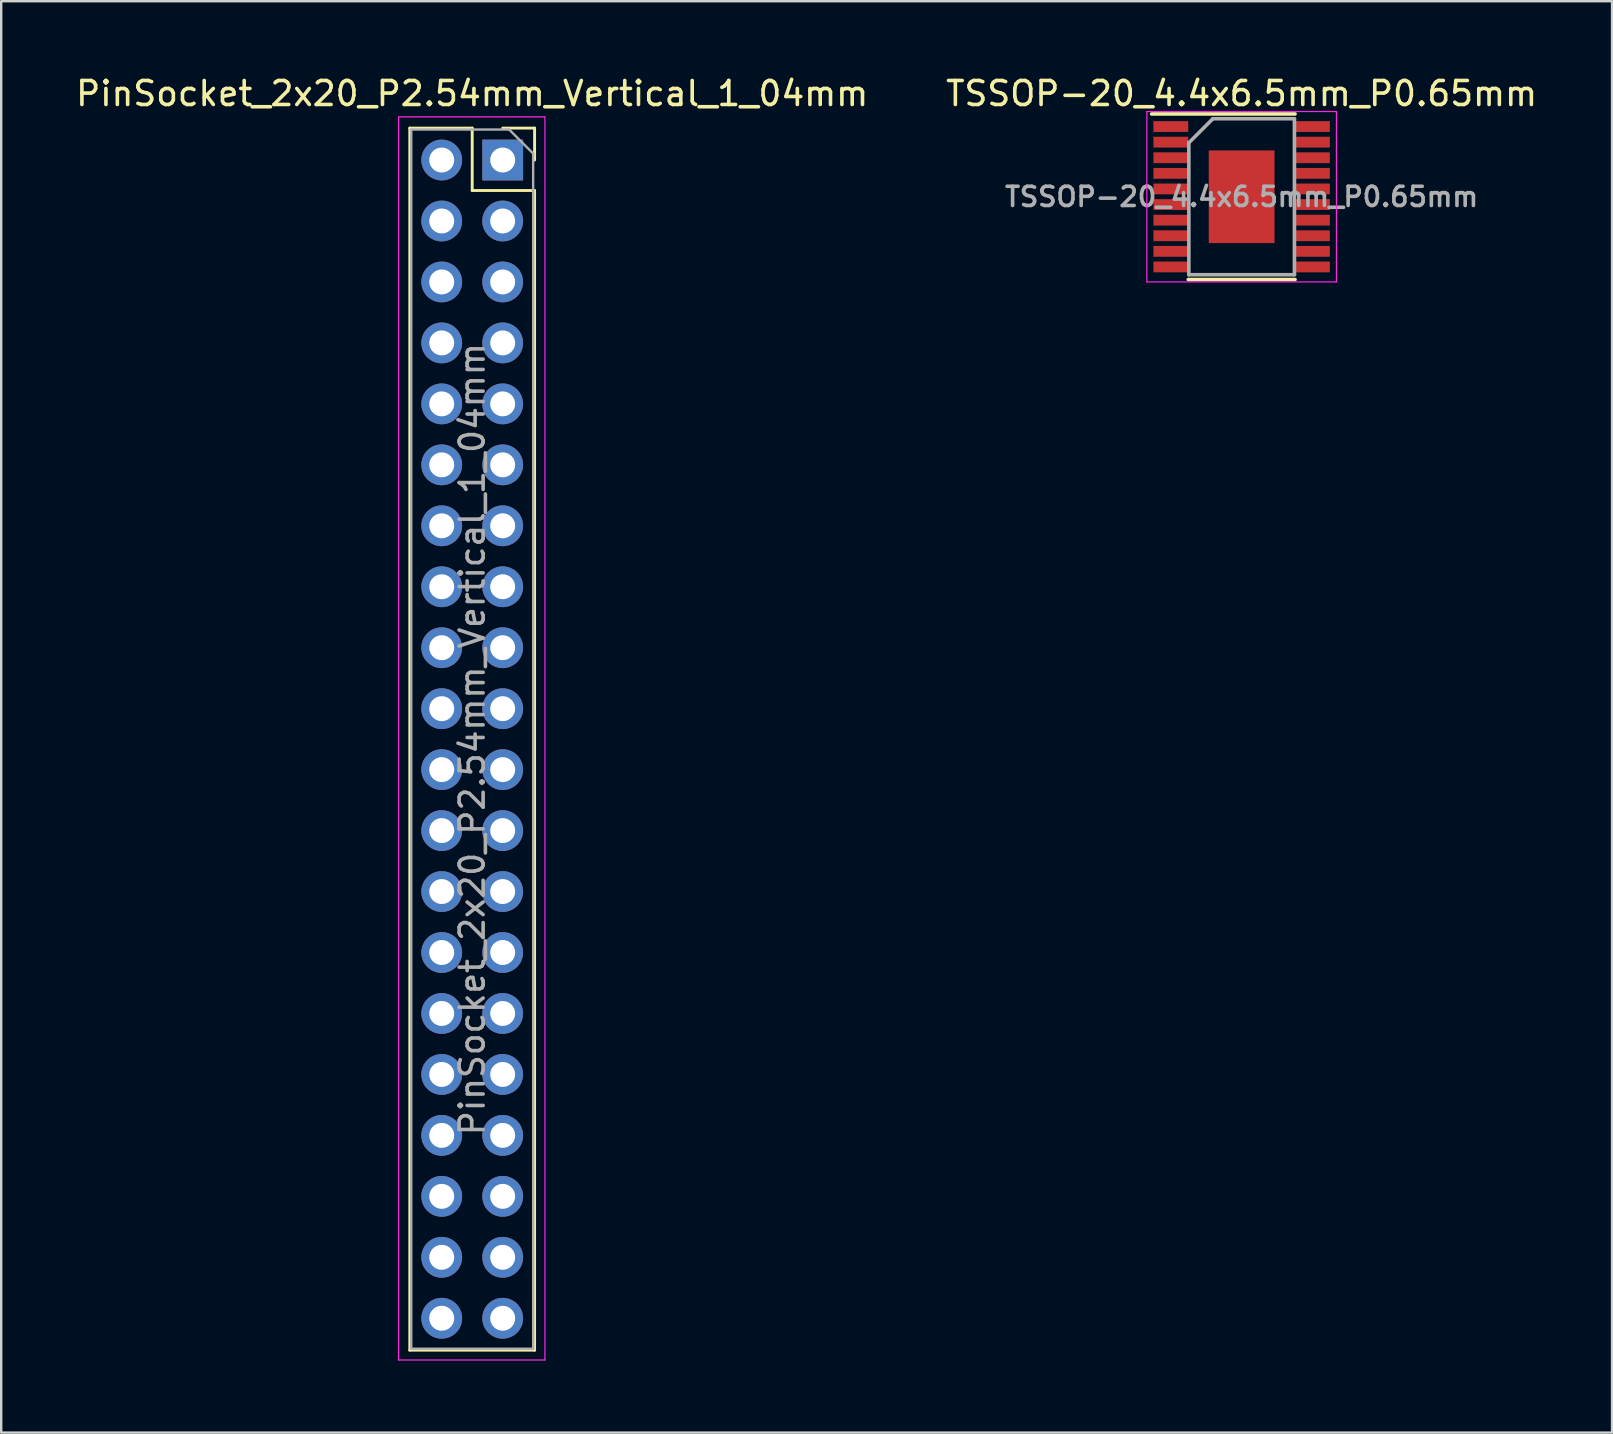
<source format=kicad_pcb>
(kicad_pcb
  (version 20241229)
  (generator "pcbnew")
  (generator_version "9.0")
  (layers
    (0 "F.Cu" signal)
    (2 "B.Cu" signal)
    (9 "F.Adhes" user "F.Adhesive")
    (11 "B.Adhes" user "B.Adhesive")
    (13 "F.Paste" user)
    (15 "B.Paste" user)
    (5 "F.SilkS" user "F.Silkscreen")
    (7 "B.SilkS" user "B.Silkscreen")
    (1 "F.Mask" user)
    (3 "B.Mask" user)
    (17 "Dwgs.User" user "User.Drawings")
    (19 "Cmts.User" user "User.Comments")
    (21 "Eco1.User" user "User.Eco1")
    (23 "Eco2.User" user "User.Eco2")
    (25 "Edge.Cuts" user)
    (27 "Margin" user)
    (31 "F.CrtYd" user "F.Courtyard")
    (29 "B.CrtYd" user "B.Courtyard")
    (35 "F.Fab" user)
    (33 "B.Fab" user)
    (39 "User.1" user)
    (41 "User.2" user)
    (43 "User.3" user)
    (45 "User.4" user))
  (footprint "PinSocket_2x20_P2.54mm_Vertical_1_04mm"
    (layer "F.Cu")
    (at 17.895 3.618)
    (property "Reference" "PinSocket_2x20_P2.54mm_Vertical_1_04mm" (at -1.27 -2.77 0) (layer "F.SilkS") (effects (font (size 1 1) (thickness 0.15))))
    (attr through_hole)
    (fp_line (start -3.87 -1.33) (end -3.87 49.59) (stroke (width 0.12) (type solid)) (layer "F.SilkS"))
    (fp_line (start -3.87 -1.33) (end -1.27 -1.33) (stroke (width 0.12) (type solid)) (layer "F.SilkS"))
    (fp_line (start -3.87 49.59) (end 1.33 49.59) (stroke (width 0.12) (type solid)) (layer "F.SilkS"))
    (fp_line (start -1.27 -1.33) (end -1.27 1.27) (stroke (width 0.12) (type solid)) (layer "F.SilkS"))
    (fp_line (start -1.27 1.27) (end 1.33 1.27) (stroke (width 0.12) (type solid)) (layer "F.SilkS"))
    (fp_line (start 0 -1.33) (end 1.33 -1.33) (stroke (width 0.12) (type solid)) (layer "F.SilkS"))
    (fp_line (start 1.33 -1.33) (end 1.33 0) (stroke (width 0.12) (type solid)) (layer "F.SilkS"))
    (fp_line (start 1.33 1.27) (end 1.33 49.59) (stroke (width 0.12) (type solid)) (layer "F.SilkS"))
    (fp_line (start -4.34 -1.8) (end 1.76 -1.8) (stroke (width 0.05) (type solid)) (layer "F.CrtYd"))
    (fp_line (start -4.34 50) (end -4.34 -1.8) (stroke (width 0.05) (type solid)) (layer "F.CrtYd"))
    (fp_line (start 1.76 -1.8) (end 1.76 50) (stroke (width 0.05) (type solid)) (layer "F.CrtYd"))
    (fp_line (start 1.76 50) (end -4.34 50) (stroke (width 0.05) (type solid)) (layer "F.CrtYd"))
    (fp_line (start -3.81 -1.27) (end 0.27 -1.27) (stroke (width 0.1) (type solid)) (layer "F.Fab"))
    (fp_line (start -3.81 49.53) (end -3.81 -1.27) (stroke (width 0.1) (type solid)) (layer "F.Fab"))
    (fp_line (start 0.27 -1.27) (end 1.27 -0.27) (stroke (width 0.1) (type solid)) (layer "F.Fab"))
    (fp_line (start 1.27 -0.27) (end 1.27 49.53) (stroke (width 0.1) (type solid)) (layer "F.Fab"))
    (fp_line (start 1.27 49.53) (end -3.81 49.53) (stroke (width 0.1) (type solid)) (layer "F.Fab"))
    (fp_text user "${REFERENCE}" (at -1.27 24.13 90) (layer "F.Fab") (effects (font (size 1 1) (thickness 0.15))))
    (pad "1" thru_hole rect (at 0 0) (size 1.7 1.7) (drill 1.04) (layers "*.Cu" "*.Mask"))
    (pad "2" thru_hole oval (at -2.54 0) (size 1.7 1.7) (drill 1.04) (layers "*.Cu" "*.Mask"))
    (pad "3" thru_hole oval (at 0 2.54) (size 1.7 1.7) (drill 1.04) (layers "*.Cu" "*.Mask"))
    (pad "4" thru_hole oval (at -2.54 2.54) (size 1.7 1.7) (drill 1.04) (layers "*.Cu" "*.Mask"))
    (pad "5" thru_hole oval (at 0 5.08) (size 1.7 1.7) (drill 1.04) (layers "*.Cu" "*.Mask"))
    (pad "6" thru_hole oval (at -2.54 5.08) (size 1.7 1.7) (drill 1.04) (layers "*.Cu" "*.Mask"))
    (pad "7" thru_hole oval (at 0 7.62) (size 1.7 1.7) (drill 1.04) (layers "*.Cu" "*.Mask"))
    (pad "8" thru_hole oval (at -2.54 7.62) (size 1.7 1.7) (drill 1.04) (layers "*.Cu" "*.Mask"))
    (pad "9" thru_hole oval (at 0 10.16) (size 1.7 1.7) (drill 1.04) (layers "*.Cu" "*.Mask"))
    (pad "10" thru_hole oval (at -2.54 10.16) (size 1.7 1.7) (drill 1.04) (layers "*.Cu" "*.Mask"))
    (pad "11" thru_hole oval (at 0 12.7) (size 1.7 1.7) (drill 1.04) (layers "*.Cu" "*.Mask"))
    (pad "12" thru_hole oval (at -2.54 12.7) (size 1.7 1.7) (drill 1.04) (layers "*.Cu" "*.Mask"))
    (pad "13" thru_hole oval (at 0 15.24) (size 1.7 1.7) (drill 1.04) (layers "*.Cu" "*.Mask"))
    (pad "14" thru_hole oval (at -2.54 15.24) (size 1.7 1.7) (drill 1.04) (layers "*.Cu" "*.Mask"))
    (pad "15" thru_hole oval (at 0 17.78) (size 1.7 1.7) (drill 1.04) (layers "*.Cu" "*.Mask"))
    (pad "16" thru_hole oval (at -2.54 17.78) (size 1.7 1.7) (drill 1.04) (layers "*.Cu" "*.Mask"))
    (pad "17" thru_hole oval (at 0 20.32) (size 1.7 1.7) (drill 1.04) (layers "*.Cu" "*.Mask"))
    (pad "18" thru_hole oval (at -2.54 20.32) (size 1.7 1.7) (drill 1.04) (layers "*.Cu" "*.Mask"))
    (pad "19" thru_hole oval (at 0 22.86) (size 1.7 1.7) (drill 1.04) (layers "*.Cu" "*.Mask"))
    (pad "20" thru_hole oval (at -2.54 22.86) (size 1.7 1.7) (drill 1.04) (layers "*.Cu" "*.Mask"))
    (pad "21" thru_hole oval (at 0 25.4) (size 1.7 1.7) (drill 1.04) (layers "*.Cu" "*.Mask"))
    (pad "22" thru_hole oval (at -2.54 25.4) (size 1.7 1.7) (drill 1.04) (layers "*.Cu" "*.Mask"))
    (pad "23" thru_hole oval (at 0 27.94) (size 1.7 1.7) (drill 1.04) (layers "*.Cu" "*.Mask"))
    (pad "24" thru_hole oval (at -2.54 27.94) (size 1.7 1.7) (drill 1.04) (layers "*.Cu" "*.Mask"))
    (pad "25" thru_hole oval (at 0 30.48) (size 1.7 1.7) (drill 1.04) (layers "*.Cu" "*.Mask"))
    (pad "26" thru_hole oval (at -2.54 30.48) (size 1.7 1.7) (drill 1.04) (layers "*.Cu" "*.Mask"))
    (pad "27" thru_hole oval (at 0 33.02) (size 1.7 1.7) (drill 1.04) (layers "*.Cu" "*.Mask"))
    (pad "28" thru_hole oval (at -2.54 33.02) (size 1.7 1.7) (drill 1.04) (layers "*.Cu" "*.Mask"))
    (pad "29" thru_hole oval (at 0 35.56) (size 1.7 1.7) (drill 1.04) (layers "*.Cu" "*.Mask"))
    (pad "30" thru_hole oval (at -2.54 35.56) (size 1.7 1.7) (drill 1.04) (layers "*.Cu" "*.Mask"))
    (pad "31" thru_hole oval (at 0 38.1) (size 1.7 1.7) (drill 1.04) (layers "*.Cu" "*.Mask"))
    (pad "32" thru_hole oval (at -2.54 38.1) (size 1.7 1.7) (drill 1.04) (layers "*.Cu" "*.Mask"))
    (pad "33" thru_hole oval (at 0 40.64) (size 1.7 1.7) (drill 1.04) (layers "*.Cu" "*.Mask"))
    (pad "34" thru_hole oval (at -2.54 40.64) (size 1.7 1.7) (drill 1.04) (layers "*.Cu" "*.Mask"))
    (pad "35" thru_hole oval (at 0 43.18) (size 1.7 1.7) (drill 1.04) (layers "*.Cu" "*.Mask"))
    (pad "36" thru_hole oval (at -2.54 43.18) (size 1.7 1.7) (drill 1.04) (layers "*.Cu" "*.Mask"))
    (pad "37" thru_hole oval (at 0 45.72) (size 1.7 1.7) (drill 1.04) (layers "*.Cu" "*.Mask"))
    (pad "38" thru_hole oval (at -2.54 45.72) (size 1.7 1.7) (drill 1.04) (layers "*.Cu" "*.Mask"))
    (pad "39" thru_hole oval (at 0 48.26) (size 1.7 1.7) (drill 1.04) (layers "*.Cu" "*.Mask"))
    (pad "40" thru_hole oval (at -2.54 48.26) (size 1.7 1.7) (drill 1.04) (layers "*.Cu" "*.Mask")))
  (footprint "TSSOP-20_4.4x6.5mm_P0.65mm"
    (layer "F.Cu")
    (at 48.685 5.148)
    (property "Reference" "TSSOP-20_4.4x6.5mm_P0.65mm" (at 0 -4.3 0) (layer "F.SilkS") (effects (font (size 1 1) (thickness 0.15))))
    (attr smd)
    (fp_line (start -3.75 -3.45) (end 2.225 -3.45) (stroke (width 0.15) (type solid)) (layer "F.SilkS"))
    (fp_line (start -2.225 3.45) (end 2.225 3.45) (stroke (width 0.15) (type solid)) (layer "F.SilkS"))
    (fp_line (start -3.95 -3.55) (end -3.95 3.55) (stroke (width 0.05) (type solid)) (layer "F.CrtYd"))
    (fp_line (start -3.95 -3.55) (end 3.95 -3.55) (stroke (width 0.05) (type solid)) (layer "F.CrtYd"))
    (fp_line (start -3.95 3.55) (end 3.95 3.55) (stroke (width 0.05) (type solid)) (layer "F.CrtYd"))
    (fp_line (start 3.95 -3.55) (end 3.95 3.55) (stroke (width 0.05) (type solid)) (layer "F.CrtYd"))
    (fp_line (start -2.2 -2.25) (end -1.2 -3.25) (stroke (width 0.15) (type solid)) (layer "F.Fab"))
    (fp_line (start -2.2 3.25) (end -2.2 -2.25) (stroke (width 0.15) (type solid)) (layer "F.Fab"))
    (fp_line (start -1.2 -3.25) (end 2.2 -3.25) (stroke (width 0.15) (type solid)) (layer "F.Fab"))
    (fp_line (start 2.2 -3.25) (end 2.2 3.25) (stroke (width 0.15) (type solid)) (layer "F.Fab"))
    (fp_line (start 2.2 3.25) (end -2.2 3.25) (stroke (width 0.15) (type solid)) (layer "F.Fab"))
    (fp_text user "${REFERENCE}" (at 0 0 0) (layer "F.Fab") (effects (font (size 0.8 0.8) (thickness 0.15))))
    (pad "1" smd rect (at -2.95 -2.925) (size 1.45 0.45) (layers "F.Cu" "F.Mask" "F.Paste"))
    (pad "2" smd rect (at -2.95 -2.275) (size 1.45 0.45) (layers "F.Cu" "F.Mask" "F.Paste"))
    (pad "3" smd rect (at -2.95 -1.625) (size 1.45 0.45) (layers "F.Cu" "F.Mask" "F.Paste"))
    (pad "4" smd rect (at -2.95 -0.975) (size 1.45 0.45) (layers "F.Cu" "F.Mask" "F.Paste"))
    (pad "5" smd rect (at -2.95 -0.325) (size 1.45 0.45) (layers "F.Cu" "F.Mask" "F.Paste"))
    (pad "6" smd rect (at -2.95 0.325) (size 1.45 0.45) (layers "F.Cu" "F.Mask" "F.Paste"))
    (pad "7" smd rect (at -2.95 0.975) (size 1.45 0.45) (layers "F.Cu" "F.Mask" "F.Paste"))
    (pad "8" smd rect (at -2.95 1.625) (size 1.45 0.45) (layers "F.Cu" "F.Mask" "F.Paste"))
    (pad "9" smd rect (at -2.95 2.275) (size 1.45 0.45) (layers "F.Cu" "F.Mask" "F.Paste"))
    (pad "10" smd rect (at -2.95 2.925) (size 1.45 0.45) (layers "F.Cu" "F.Mask" "F.Paste"))
    (pad "11" smd rect (at 2.95 2.925) (size 1.45 0.45) (layers "F.Cu" "F.Mask" "F.Paste"))
    (pad "12" smd rect (at 2.95 2.275) (size 1.45 0.45) (layers "F.Cu" "F.Mask" "F.Paste"))
    (pad "13" smd rect (at 2.95 1.625) (size 1.45 0.45) (layers "F.Cu" "F.Mask" "F.Paste"))
    (pad "14" smd rect (at 2.95 0.975) (size 1.45 0.45) (layers "F.Cu" "F.Mask" "F.Paste"))
    (pad "15" smd rect (at 2.95 0.325) (size 1.45 0.45) (layers "F.Cu" "F.Mask" "F.Paste"))
    (pad "16" smd rect (at 2.95 -0.325) (size 1.45 0.45) (layers "F.Cu" "F.Mask" "F.Paste"))
    (pad "17" smd rect (at 2.95 -0.975) (size 1.45 0.45) (layers "F.Cu" "F.Mask" "F.Paste"))
    (pad "18" smd rect (at 2.95 -1.625) (size 1.45 0.45) (layers "F.Cu" "F.Mask" "F.Paste"))
    (pad "19" smd rect (at 2.95 -2.275) (size 1.45 0.45) (layers "F.Cu" "F.Mask" "F.Paste"))
    (pad "20" smd rect (at 2.95 -2.925) (size 1.45 0.45) (layers "F.Cu" "F.Mask" "F.Paste"))
    (pad "21" smd rect (at 0 0) (size 2.74 3.86) (layers "F.Cu" "F.Mask" "F.Paste")))
  (gr_rect
    (start -3 -3)
    (end 64.119 56.643)
    (stroke (width 0.1) (type default))
    (fill no)
    (layer "Edge.Cuts")))
</source>
